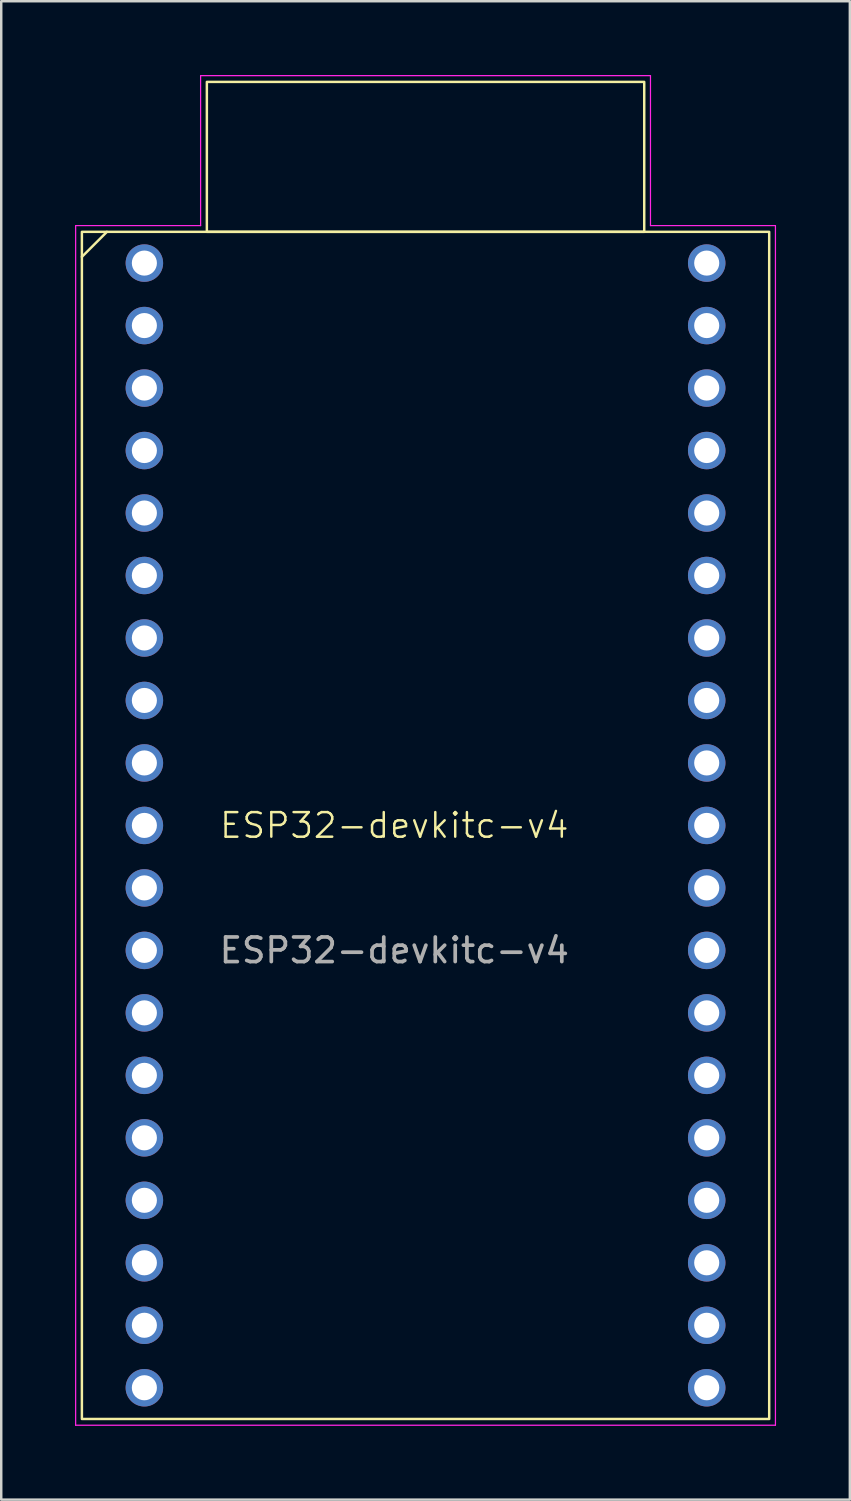
<source format=kicad_pcb>
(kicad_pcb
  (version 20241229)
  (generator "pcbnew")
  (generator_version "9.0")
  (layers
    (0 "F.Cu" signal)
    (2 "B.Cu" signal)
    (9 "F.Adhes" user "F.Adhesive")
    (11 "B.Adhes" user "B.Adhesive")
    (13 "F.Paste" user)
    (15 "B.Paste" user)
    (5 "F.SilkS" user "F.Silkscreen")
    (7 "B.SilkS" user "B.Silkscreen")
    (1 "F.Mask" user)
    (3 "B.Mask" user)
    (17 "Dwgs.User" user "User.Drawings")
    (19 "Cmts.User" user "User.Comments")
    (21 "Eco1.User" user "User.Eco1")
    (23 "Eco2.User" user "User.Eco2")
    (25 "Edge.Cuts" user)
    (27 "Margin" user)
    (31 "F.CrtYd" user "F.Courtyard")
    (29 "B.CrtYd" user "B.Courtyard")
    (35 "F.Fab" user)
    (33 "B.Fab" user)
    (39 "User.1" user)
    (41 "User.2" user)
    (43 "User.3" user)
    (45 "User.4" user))
  (footprint "ESP32-devkitc-v4"
    (layer "F.Cu")
    (at 2.819 7.645)
    (property "Reference" "ESP32-devkitc-v4" (at 10.16 22.86 0) (unlocked yes) (layer "F.SilkS") (effects (font (size 1 1) (thickness 0.1))))
    (attr through_hole)
    (fp_line (start -2.54 -0.254) (end -1.524 -1.27) (stroke (width 0.1) (type default)) (layer "F.SilkS"))
    (fp_rect (start -2.54 -1.27) (end 25.4 46.99) (stroke (width 0.1) (type default)) (fill no) (layer "F.SilkS"))
    (fp_rect (start 2.54 -7.366) (end 20.32 -1.27) (stroke (width 0.1) (type default)) (fill no) (layer "F.SilkS"))
    (fp_line (start -2.794 -1.524) (end 2.286 -1.524) (stroke (width 0.05) (type default)) (layer "F.CrtYd"))
    (fp_line (start -2.794 47.244) (end -2.794 -1.524) (stroke (width 0.05) (type default)) (layer "F.CrtYd"))
    (fp_line (start 2.286 -7.62) (end 20.574 -7.62) (stroke (width 0.05) (type default)) (layer "F.CrtYd"))
    (fp_line (start 2.286 -1.524) (end 2.286 -7.62) (stroke (width 0.05) (type default)) (layer "F.CrtYd"))
    (fp_line (start 20.574 -7.62) (end 20.574 -1.524) (stroke (width 0.05) (type default)) (layer "F.CrtYd"))
    (fp_line (start 20.574 -1.524) (end 25.654 -1.524) (stroke (width 0.05) (type default)) (layer "F.CrtYd"))
    (fp_line (start 25.654 -1.524) (end 25.654 47.244) (stroke (width 0.05) (type default)) (layer "F.CrtYd"))
    (fp_line (start 25.654 47.244) (end -2.794 47.244) (stroke (width 0.05) (type default)) (layer "F.CrtYd"))
    (fp_text user "${REFERENCE}" (at 10.16 27.94 0) (unlocked yes) (layer "F.Fab") (effects (font (size 1 1) (thickness 0.15))))
    (pad "1" thru_hole circle (at 0 0) (size 1.524 1.524) (drill 1.02) (layers "*.Cu" "*.Mask"))
    (pad "2" thru_hole circle (at 0 2.54) (size 1.524 1.524) (drill 1.02) (layers "*.Cu" "*.Mask"))
    (pad "3" thru_hole circle (at 0 5.08) (size 1.524 1.524) (drill 1.02) (layers "*.Cu" "*.Mask"))
    (pad "4" thru_hole circle (at 0 7.62) (size 1.524 1.524) (drill 1.02) (layers "*.Cu" "*.Mask"))
    (pad "5" thru_hole circle (at 0 10.16) (size 1.524 1.524) (drill 1.02) (layers "*.Cu" "*.Mask"))
    (pad "6" thru_hole circle (at 0 12.7) (size 1.524 1.524) (drill 1.02) (layers "*.Cu" "*.Mask"))
    (pad "7" thru_hole circle (at 0 15.24) (size 1.524 1.524) (drill 1.02) (layers "*.Cu" "*.Mask"))
    (pad "8" thru_hole circle (at 0 17.78) (size 1.524 1.524) (drill 1.02) (layers "*.Cu" "*.Mask"))
    (pad "9" thru_hole circle (at 0 20.32) (size 1.524 1.524) (drill 1.02) (layers "*.Cu" "*.Mask"))
    (pad "10" thru_hole circle (at 0 22.86) (size 1.524 1.524) (drill 1.02) (layers "*.Cu" "*.Mask"))
    (pad "11" thru_hole circle (at 0 25.4) (size 1.524 1.524) (drill 1.02) (layers "*.Cu" "*.Mask"))
    (pad "12" thru_hole circle (at 0 27.94) (size 1.524 1.524) (drill 1.02) (layers "*.Cu" "*.Mask"))
    (pad "13" thru_hole circle (at 0 30.48) (size 1.524 1.524) (drill 1.02) (layers "*.Cu" "*.Mask"))
    (pad "14" thru_hole circle (at 0 33.02) (size 1.524 1.524) (drill 1.02) (layers "*.Cu" "*.Mask"))
    (pad "15" thru_hole circle (at 0 35.56) (size 1.524 1.524) (drill 1.02) (layers "*.Cu" "*.Mask"))
    (pad "16" thru_hole circle (at 0 38.1) (size 1.524 1.524) (drill 1.02) (layers "*.Cu" "*.Mask"))
    (pad "17" thru_hole circle (at 0 40.64) (size 1.524 1.524) (drill 1.02) (layers "*.Cu" "*.Mask"))
    (pad "18" thru_hole circle (at 0 43.18) (size 1.524 1.524) (drill 1.02) (layers "*.Cu" "*.Mask"))
    (pad "19" thru_hole circle (at 0 45.72) (size 1.524 1.524) (drill 1.02) (layers "*.Cu" "*.Mask"))
    (pad "20" thru_hole circle (at 22.86 45.72) (size 1.524 1.524) (drill 1.02) (layers "*.Cu" "*.Mask"))
    (pad "21" thru_hole circle (at 22.86 43.18) (size 1.524 1.524) (drill 1.02) (layers "*.Cu" "*.Mask"))
    (pad "22" thru_hole circle (at 22.86 40.64) (size 1.524 1.524) (drill 1.02) (layers "*.Cu" "*.Mask"))
    (pad "23" thru_hole circle (at 22.86 38.1) (size 1.524 1.524) (drill 1.02) (layers "*.Cu" "*.Mask"))
    (pad "24" thru_hole circle (at 22.86 35.56) (size 1.524 1.524) (drill 1.02) (layers "*.Cu" "*.Mask"))
    (pad "25" thru_hole circle (at 22.86 33.02) (size 1.524 1.524) (drill 1.02) (layers "*.Cu" "*.Mask"))
    (pad "26" thru_hole circle (at 22.86 30.48) (size 1.524 1.524) (drill 1.02) (layers "*.Cu" "*.Mask"))
    (pad "27" thru_hole circle (at 22.86 27.94) (size 1.524 1.524) (drill 1.02) (layers "*.Cu" "*.Mask"))
    (pad "28" thru_hole circle (at 22.86 25.4) (size 1.524 1.524) (drill 1.02) (layers "*.Cu" "*.Mask"))
    (pad "29" thru_hole circle (at 22.86 22.86) (size 1.524 1.524) (drill 1.02) (layers "*.Cu" "*.Mask"))
    (pad "30" thru_hole circle (at 22.86 20.32) (size 1.524 1.524) (drill 1.02) (layers "*.Cu" "*.Mask"))
    (pad "31" thru_hole circle (at 22.86 17.78) (size 1.524 1.524) (drill 1.02) (layers "*.Cu" "*.Mask"))
    (pad "32" thru_hole circle (at 22.86 15.24) (size 1.524 1.524) (drill 1.02) (layers "*.Cu" "*.Mask"))
    (pad "33" thru_hole circle (at 22.86 12.7) (size 1.524 1.524) (drill 1.02) (layers "*.Cu" "*.Mask"))
    (pad "34" thru_hole circle (at 22.86 10.16) (size 1.524 1.524) (drill 1.02) (layers "*.Cu" "*.Mask"))
    (pad "35" thru_hole circle (at 22.86 7.62) (size 1.524 1.524) (drill 1.02) (layers "*.Cu" "*.Mask"))
    (pad "36" thru_hole circle (at 22.86 5.08) (size 1.524 1.524) (drill 1.02) (layers "*.Cu" "*.Mask"))
    (pad "37" thru_hole circle (at 22.86 2.54) (size 1.524 1.524) (drill 1.02) (layers "*.Cu" "*.Mask"))
    (pad "38" thru_hole circle (at 22.86 0) (size 1.524 1.524) (drill 1.02) (layers "*.Cu" "*.Mask")))
  (gr_rect
    (start -3 -3)
    (end 31.498 57.914)
    (stroke (width 0.1) (type default))
    (fill no)
    (layer "Edge.Cuts")))
</source>
